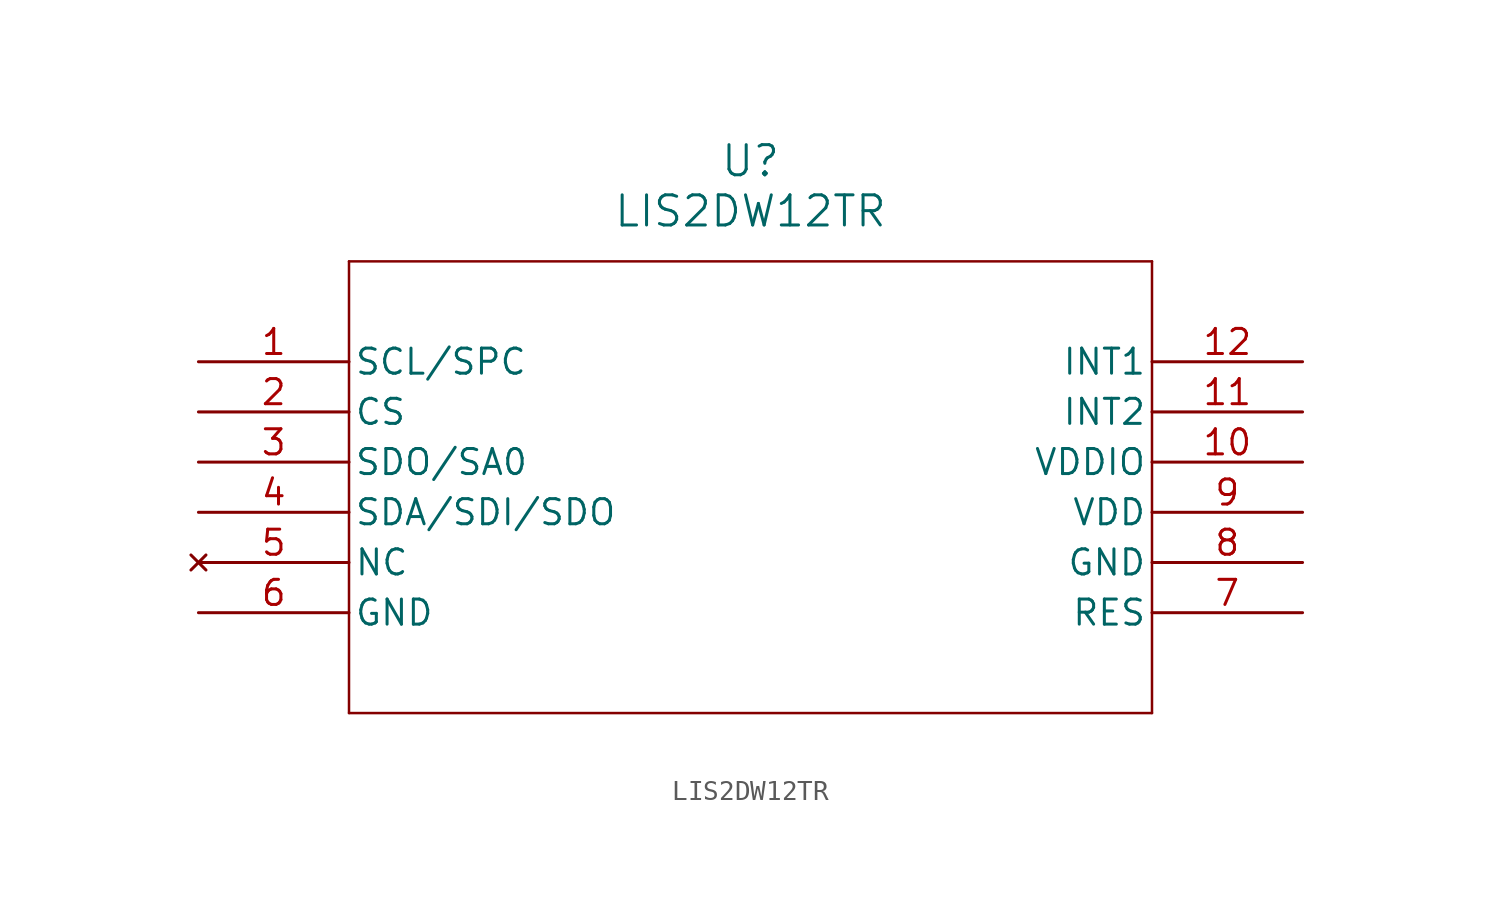
<source format=kicad_sym>
(kicad_symbol_lib
  (version 20211014)
  (generator kicad_symbol_editor)
  (symbol "LIS2DW12TR"
    (pin_names
      (offset 0.254))
    (property "Reference" "U"
      (at 27.94 10.16 0)
      (effects (font (size 1.524 1.524))))
    (property "Value" "LIS2DW12TR"
      (at 27.94 7.62 0)
      (effects (font (size 1.524 1.524))))
    (symbol "LIS2DW12TR_0_1"
      (polyline (pts (xy 7.62 5.08) (xy 7.62 -17.78)) (stroke (width 0.127) (type default) (color 0 0 0 0)) (fill (type none)))
      (polyline (pts (xy 7.62 -17.78) (xy 48.26 -17.78)) (stroke (width 0.127) (type default) (color 0 0 0 0)) (fill (type none)))
      (polyline (pts (xy 48.26 -17.78) (xy 48.26 5.08)) (stroke (width 0.127) (type default) (color 0 0 0 0)) (fill (type none)))
      (polyline (pts (xy 48.26 5.08) (xy 7.62 5.08)) (stroke (width 0.127) (type default) (color 0 0 0 0)) (fill (type none)))
      (pin bidirectional line (at 0 0 0) (length 7.62) (name "SCL/SPC" (effects (font (size 1.27 1.27)))) (number "1" (effects (font (size 1.27 1.27)))))
      (pin input line (at 0 -2.54 0) (length 7.62) (name "CS" (effects (font (size 1.27 1.27)))) (number "2" (effects (font (size 1.27 1.27)))))
      (pin bidirectional line (at 0 -5.08 0) (length 7.62) (name "SDO/SA0" (effects (font (size 1.27 1.27)))) (number "3" (effects (font (size 1.27 1.27)))))
      (pin bidirectional line (at 0 -7.62 0) (length 7.62) (name "SDA/SDI/SDO" (effects (font (size 1.27 1.27)))) (number "4" (effects (font (size 1.27 1.27)))))
      (pin no_connect line (at 0 -10.16 0) (length 7.62) (name "NC" (effects (font (size 1.27 1.27)))) (number "5" (effects (font (size 1.27 1.27)))))
      (pin power_out line (at 0 -12.7 0) (length 7.62) (name "GND" (effects (font (size 1.27 1.27)))) (number "6" (effects (font (size 1.27 1.27)))))
      (pin power_out line (at 55.88 -12.7 180) (length 7.62) (name "RES" (effects (font (size 1.27 1.27)))) (number "7" (effects (font (size 1.27 1.27)))))
      (pin power_out line (at 55.88 -10.16 180) (length 7.62) (name "GND" (effects (font (size 1.27 1.27)))) (number "8" (effects (font (size 1.27 1.27)))))
      (pin power_in line (at 55.88 -7.62 180) (length 7.62) (name "VDD" (effects (font (size 1.27 1.27)))) (number "9" (effects (font (size 1.27 1.27)))))
      (pin power_in line (at 55.88 -5.08 180) (length 7.62) (name "VDDIO" (effects (font (size 1.27 1.27)))) (number "10" (effects (font (size 1.27 1.27)))))
      (pin output line (at 55.88 -2.54 180) (length 7.62) (name "INT2" (effects (font (size 1.27 1.27)))) (number "11" (effects (font (size 1.27 1.27)))))
      (pin output line (at 55.88 0 180) (length 7.62) (name "INT1" (effects (font (size 1.27 1.27)))) (number "12" (effects (font (size 1.27 1.27))))))))
</source>
